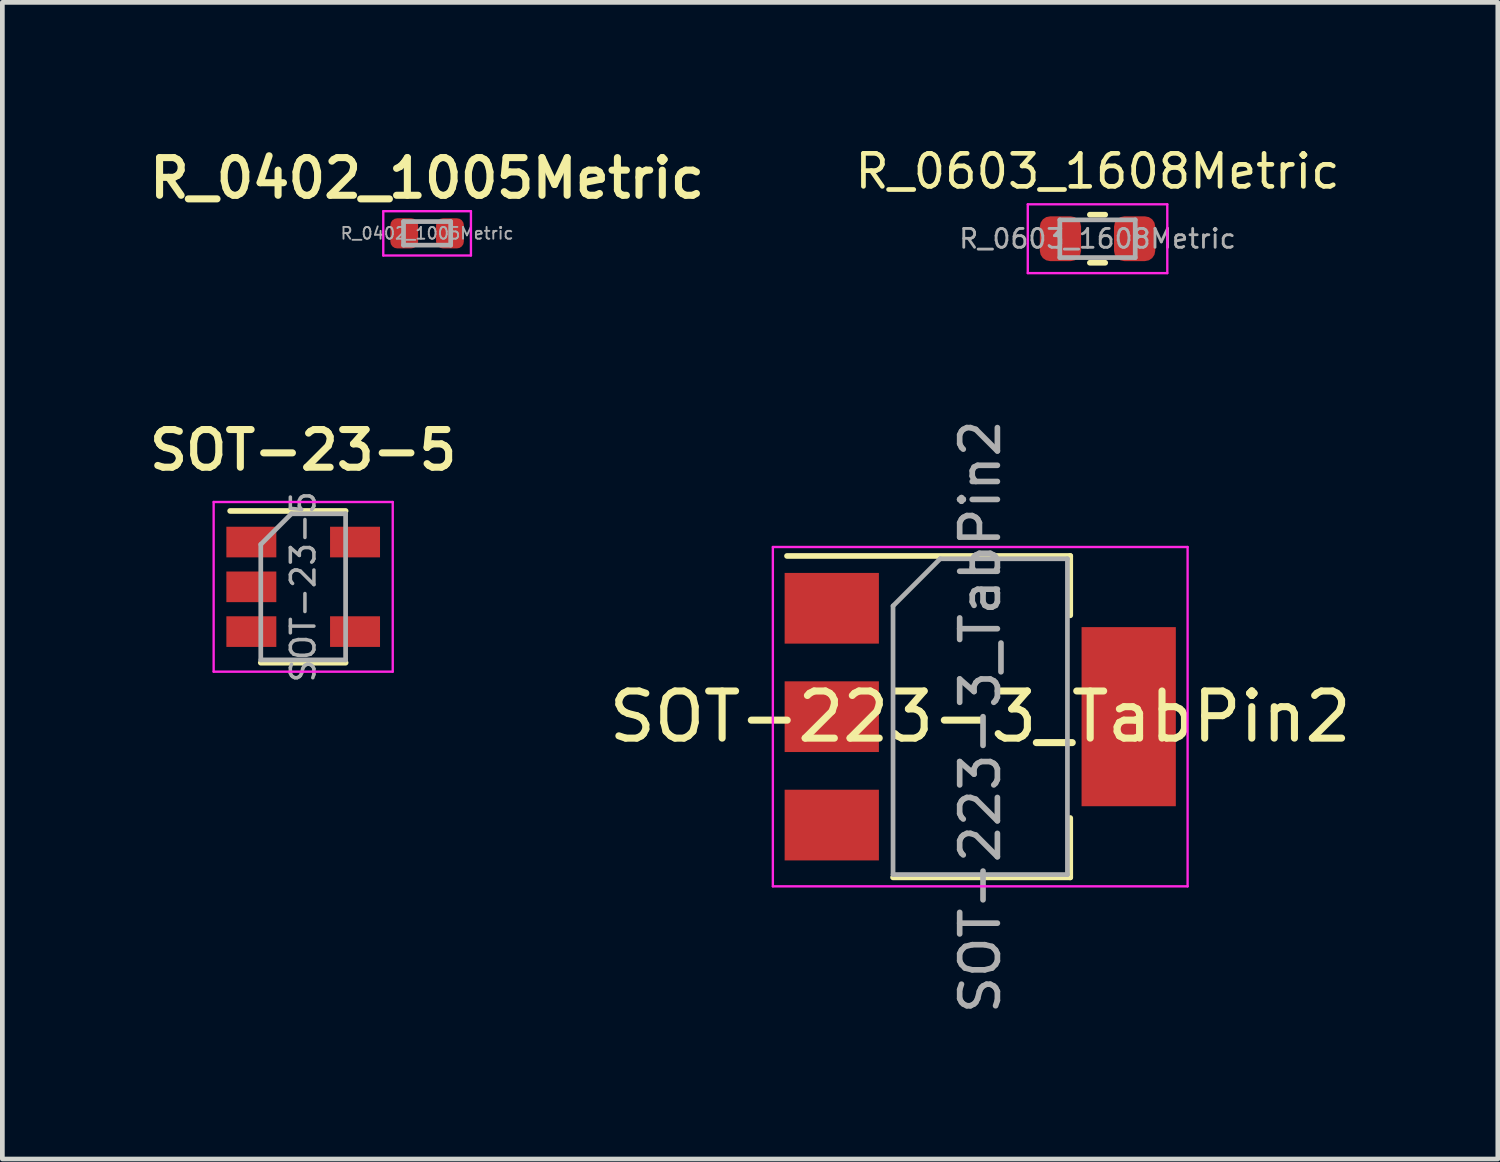
<source format=kicad_pcb>
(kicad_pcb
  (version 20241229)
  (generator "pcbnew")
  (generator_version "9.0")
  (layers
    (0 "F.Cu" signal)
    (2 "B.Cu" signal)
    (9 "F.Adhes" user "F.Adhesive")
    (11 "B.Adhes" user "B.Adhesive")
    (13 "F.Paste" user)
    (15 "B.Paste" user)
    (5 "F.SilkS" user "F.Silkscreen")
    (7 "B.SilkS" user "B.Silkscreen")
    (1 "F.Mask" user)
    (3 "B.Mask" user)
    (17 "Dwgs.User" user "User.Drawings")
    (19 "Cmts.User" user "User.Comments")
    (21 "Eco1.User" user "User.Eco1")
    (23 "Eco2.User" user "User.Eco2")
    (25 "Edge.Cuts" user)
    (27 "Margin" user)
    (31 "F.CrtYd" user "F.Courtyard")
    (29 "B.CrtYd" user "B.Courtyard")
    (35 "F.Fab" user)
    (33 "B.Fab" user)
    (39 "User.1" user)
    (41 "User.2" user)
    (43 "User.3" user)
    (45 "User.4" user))
  (footprint "R_0603_1608Metric"
    (layer "F.Cu")
    (at 20.237 2.015)
    (property "Reference" "R_0603_1608Metric" (at 0 -1.43 0) (layer "F.SilkS") (effects (font (size 0.7 0.7) (thickness 0.1))))
    (attr smd)
    (fp_line (start -0.163 -0.51) (end 0.163 -0.51) (stroke (width 0.12) (type solid)) (layer "F.SilkS"))
    (fp_line (start -0.163 0.51) (end 0.163 0.51) (stroke (width 0.12) (type solid)) (layer "F.SilkS"))
    (fp_line (start -1.48 -0.73) (end 1.48 -0.73) (stroke (width 0.05) (type solid)) (layer "F.CrtYd"))
    (fp_line (start -1.48 0.73) (end -1.48 -0.73) (stroke (width 0.05) (type solid)) (layer "F.CrtYd"))
    (fp_line (start 1.48 -0.73) (end 1.48 0.73) (stroke (width 0.05) (type solid)) (layer "F.CrtYd"))
    (fp_line (start 1.48 0.73) (end -1.48 0.73) (stroke (width 0.05) (type solid)) (layer "F.CrtYd"))
    (fp_line (start -0.8 -0.4) (end 0.8 -0.4) (stroke (width 0.1) (type solid)) (layer "F.Fab"))
    (fp_line (start -0.8 0.4) (end -0.8 -0.4) (stroke (width 0.1) (type solid)) (layer "F.Fab"))
    (fp_line (start 0.8 -0.4) (end 0.8 0.4) (stroke (width 0.1) (type solid)) (layer "F.Fab"))
    (fp_line (start 0.8 0.4) (end -0.8 0.4) (stroke (width 0.1) (type solid)) (layer "F.Fab"))
    (fp_text user "${REFERENCE}" (at 0 0 0) (layer "F.Fab") (effects (font (size 0.4 0.4) (thickness 0.06))))
    (pad "1" smd roundrect (at -0.787 0) (size 0.875 0.95) (layers "F.Cu" "F.Mask" "F.Paste") (roundrect_rratio 0.25))
    (pad "2" smd roundrect (at 0.787 0) (size 0.875 0.95) (layers "F.Cu" "F.Mask" "F.Paste") (roundrect_rratio 0.25)))
  (footprint "SOT-223-3_TabPin2"
    (layer "F.Cu")
    (at 17.748 12.156)
    (property "Reference" "SOT-223-3_TabPin2" (at 0 0 180) (layer "F.SilkS") (effects (font (size 1 1) (thickness 0.15))))
    (attr smd)
    (fp_line (start -4.1 -3.41) (end 1.91 -3.41) (stroke (width 0.12) (type solid)) (layer "F.SilkS"))
    (fp_line (start -1.85 3.41) (end 1.91 3.41) (stroke (width 0.12) (type solid)) (layer "F.SilkS"))
    (fp_line (start 1.91 -3.41) (end 1.91 -2.15) (stroke (width 0.12) (type solid)) (layer "F.SilkS"))
    (fp_line (start 1.91 3.41) (end 1.91 2.15) (stroke (width 0.12) (type solid)) (layer "F.SilkS"))
    (fp_line (start -4.4 -3.6) (end -4.4 3.6) (stroke (width 0.05) (type solid)) (layer "F.CrtYd"))
    (fp_line (start -4.4 3.6) (end 4.4 3.6) (stroke (width 0.05) (type solid)) (layer "F.CrtYd"))
    (fp_line (start 4.4 -3.6) (end -4.4 -3.6) (stroke (width 0.05) (type solid)) (layer "F.CrtYd"))
    (fp_line (start 4.4 3.6) (end 4.4 -3.6) (stroke (width 0.05) (type solid)) (layer "F.CrtYd"))
    (fp_line (start -1.85 -2.35) (end -1.85 3.35) (stroke (width 0.1) (type solid)) (layer "F.Fab"))
    (fp_line (start -1.85 -2.35) (end -0.85 -3.35) (stroke (width 0.1) (type solid)) (layer "F.Fab"))
    (fp_line (start -1.85 3.35) (end 1.85 3.35) (stroke (width 0.1) (type solid)) (layer "F.Fab"))
    (fp_line (start -0.85 -3.35) (end 1.85 -3.35) (stroke (width 0.1) (type solid)) (layer "F.Fab"))
    (fp_line (start 1.85 -3.35) (end 1.85 3.35) (stroke (width 0.1) (type solid)) (layer "F.Fab"))
    (fp_text user "${REFERENCE}" (at 0 0 270) (layer "F.Fab") (effects (font (size 0.8 0.8) (thickness 0.12))))
    (pad "1" smd rect (at -3.15 -2.3) (size 2 1.5) (layers "F.Cu" "F.Mask" "F.Paste"))
    (pad "2" smd rect (at -3.15 0) (size 2 1.5) (layers "F.Cu" "F.Mask" "F.Paste"))
    (pad "2" smd rect (at 3.15 0) (size 2 3.8) (layers "F.Cu" "F.Mask" "F.Paste"))
    (pad "3" smd rect (at -3.15 2.3) (size 2 1.5) (layers "F.Cu" "F.Mask" "F.Paste")))
  (footprint "R_0402_1005Metric"
    (layer "F.Cu")
    (at 6.012 1.901)
    (property "Reference" "R_0402_1005Metric" (at 0 -1.17 0) (layer "F.SilkS") (effects (font (size 0.8 0.8) (thickness 0.15))))
    (attr smd)
    (fp_line (start -0.93 -0.47) (end 0.93 -0.47) (stroke (width 0.05) (type solid)) (layer "F.CrtYd"))
    (fp_line (start -0.93 0.47) (end -0.93 -0.47) (stroke (width 0.05) (type solid)) (layer "F.CrtYd"))
    (fp_line (start 0.93 -0.47) (end 0.93 0.47) (stroke (width 0.05) (type solid)) (layer "F.CrtYd"))
    (fp_line (start 0.93 0.47) (end -0.93 0.47) (stroke (width 0.05) (type solid)) (layer "F.CrtYd"))
    (fp_line (start -0.5 -0.25) (end 0.5 -0.25) (stroke (width 0.1) (type solid)) (layer "F.Fab"))
    (fp_line (start -0.5 0.25) (end -0.5 -0.25) (stroke (width 0.1) (type solid)) (layer "F.Fab"))
    (fp_line (start 0.5 -0.25) (end 0.5 0.25) (stroke (width 0.1) (type solid)) (layer "F.Fab"))
    (fp_line (start 0.5 0.25) (end -0.5 0.25) (stroke (width 0.1) (type solid)) (layer "F.Fab"))
    (fp_text user "${REFERENCE}" (at 0 0 0) (layer "F.Fab") (effects (font (size 0.25 0.25) (thickness 0.04))))
    (pad "1" smd roundrect (at -0.485 0) (size 0.59 0.64) (layers "F.Cu" "F.Mask" "F.Paste") (roundrect_rratio 0.25))
    (pad "2" smd roundrect (at 0.485 0) (size 0.59 0.64) (layers "F.Cu" "F.Mask" "F.Paste") (roundrect_rratio 0.25)))
  (footprint "SOT-23-5"
    (layer "F.Cu")
    (at 3.383 9.401)
    (property "Reference" "SOT-23-5" (at 0 -2.9 0) (layer "F.SilkS") (effects (font (size 0.8 0.8) (thickness 0.15))))
    (attr smd)
    (fp_line (start -0.9 1.61) (end 0.9 1.61) (stroke (width 0.12) (type solid)) (layer "F.SilkS"))
    (fp_line (start 0.9 -1.61) (end -1.55 -1.61) (stroke (width 0.12) (type solid)) (layer "F.SilkS"))
    (fp_line (start -1.9 -1.8) (end 1.9 -1.8) (stroke (width 0.05) (type solid)) (layer "F.CrtYd"))
    (fp_line (start -1.9 1.8) (end -1.9 -1.8) (stroke (width 0.05) (type solid)) (layer "F.CrtYd"))
    (fp_line (start 1.9 -1.8) (end 1.9 1.8) (stroke (width 0.05) (type solid)) (layer "F.CrtYd"))
    (fp_line (start 1.9 1.8) (end -1.9 1.8) (stroke (width 0.05) (type solid)) (layer "F.CrtYd"))
    (fp_line (start -0.9 -0.9) (end -0.9 1.55) (stroke (width 0.1) (type solid)) (layer "F.Fab"))
    (fp_line (start -0.9 -0.9) (end -0.25 -1.55) (stroke (width 0.1) (type solid)) (layer "F.Fab"))
    (fp_line (start 0.9 -1.55) (end -0.25 -1.55) (stroke (width 0.1) (type solid)) (layer "F.Fab"))
    (fp_line (start 0.9 -1.55) (end 0.9 1.55) (stroke (width 0.1) (type solid)) (layer "F.Fab"))
    (fp_line (start 0.9 1.55) (end -0.9 1.55) (stroke (width 0.1) (type solid)) (layer "F.Fab"))
    (fp_text user "${REFERENCE}" (at 0 0 90) (layer "F.Fab") (effects (font (size 0.5 0.5) (thickness 0.075))))
    (pad "1" smd rect (at -1.1 -0.95) (size 1.06 0.65) (layers "F.Cu" "F.Mask" "F.Paste"))
    (pad "2" smd rect (at -1.1 0) (size 1.06 0.65) (layers "F.Cu" "F.Mask" "F.Paste"))
    (pad "3" smd rect (at -1.1 0.95) (size 1.06 0.65) (layers "F.Cu" "F.Mask" "F.Paste"))
    (pad "4" smd rect (at 1.1 0.95) (size 1.06 0.65) (layers "F.Cu" "F.Mask" "F.Paste"))
    (pad "5" smd rect (at 1.1 -0.95) (size 1.06 0.65) (layers "F.Cu" "F.Mask" "F.Paste")))
  (gr_rect
    (start -3 -3)
    (end 28.73 21.541)
    (stroke (width 0.1) (type default))
    (fill no)
    (layer "Edge.Cuts")))
</source>
